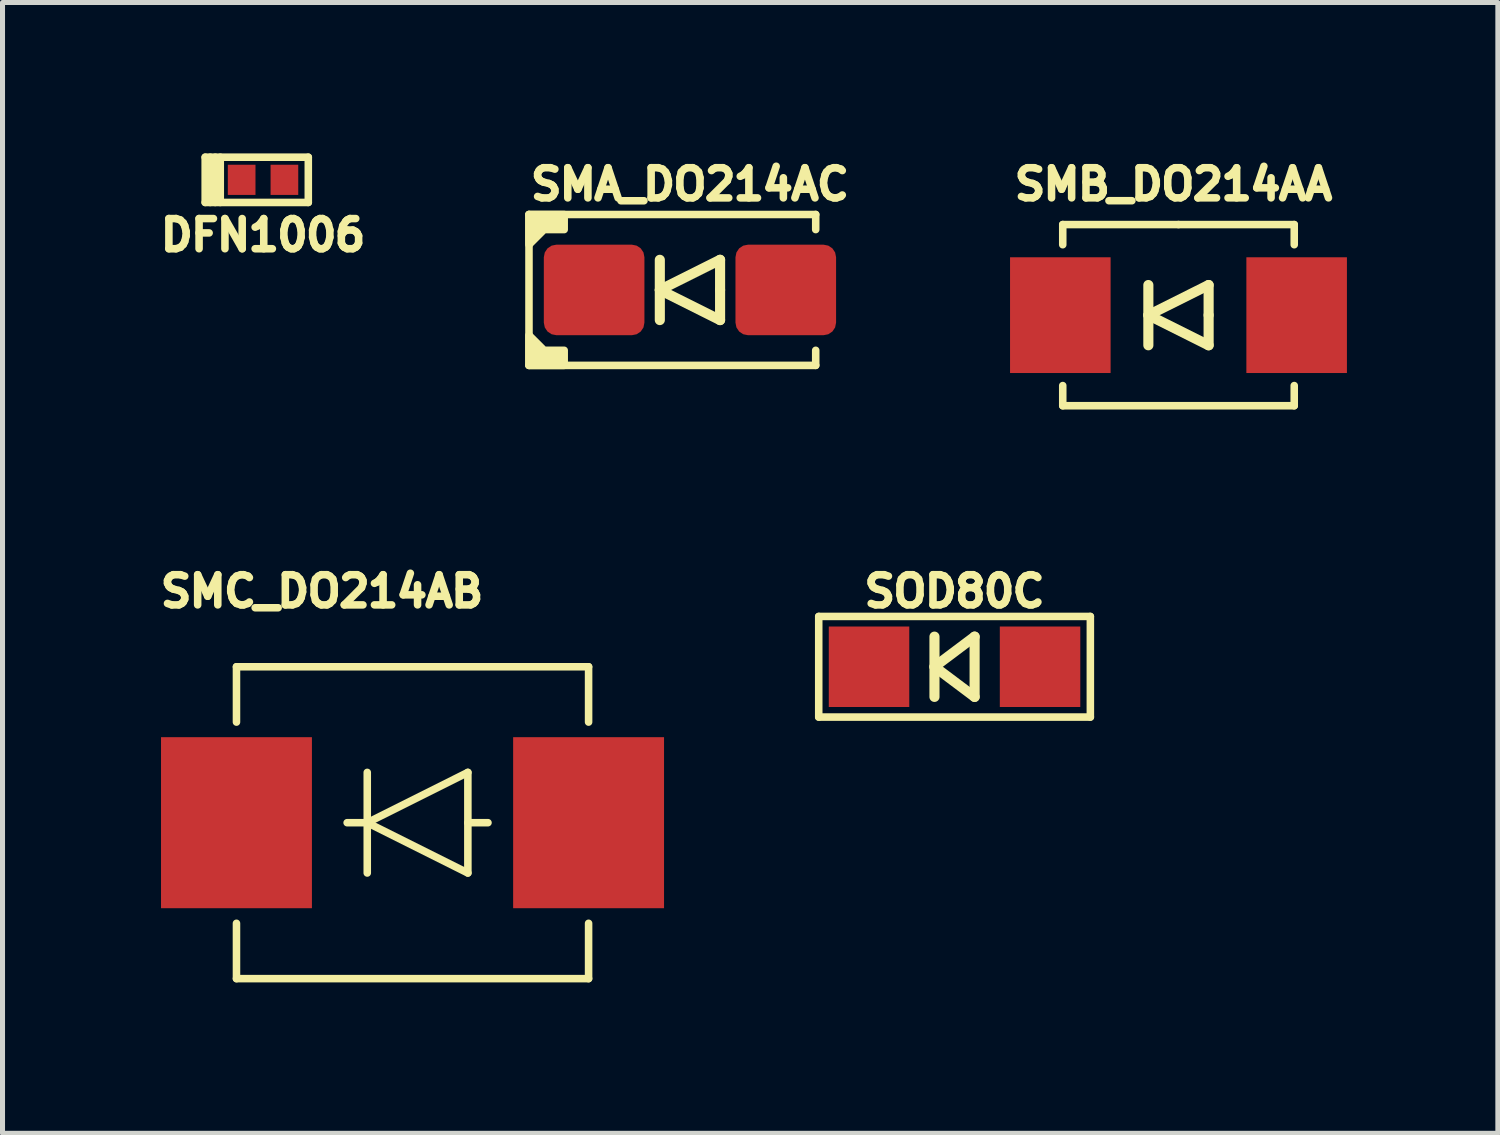
<source format=kicad_pcb>
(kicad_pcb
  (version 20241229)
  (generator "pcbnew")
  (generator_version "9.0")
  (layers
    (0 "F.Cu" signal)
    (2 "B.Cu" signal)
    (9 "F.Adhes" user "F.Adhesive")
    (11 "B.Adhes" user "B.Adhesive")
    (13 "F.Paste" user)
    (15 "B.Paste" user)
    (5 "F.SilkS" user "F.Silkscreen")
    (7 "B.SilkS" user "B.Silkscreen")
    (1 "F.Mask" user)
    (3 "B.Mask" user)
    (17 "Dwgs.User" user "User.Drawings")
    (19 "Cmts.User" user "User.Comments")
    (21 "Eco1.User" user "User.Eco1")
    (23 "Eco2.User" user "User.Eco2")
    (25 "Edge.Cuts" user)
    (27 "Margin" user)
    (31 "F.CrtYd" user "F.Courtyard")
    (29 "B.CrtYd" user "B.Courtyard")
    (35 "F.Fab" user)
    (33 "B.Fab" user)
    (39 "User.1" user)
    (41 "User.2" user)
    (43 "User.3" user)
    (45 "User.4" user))
  (footprint "SMC_DO214AB"
    (layer "F.Cu")
    (at 5.151 13.305)
    (property "Reference" "SMC_DO214AB" (at -1.8 -4.6 0) (layer "F.SilkS") (effects (font (size 0.6 0.6) (thickness 0.15))))
    (attr through_hole)
    (fp_line (start -3.5 -3.1) (end 3.5 -3.1) (stroke (width 0.15) (type solid)) (layer "F.SilkS"))
    (fp_line (start -3.5 -2) (end -3.5 -3.1) (stroke (width 0.15) (type solid)) (layer "F.SilkS"))
    (fp_line (start -3.5 3.1) (end -3.5 2) (stroke (width 0.15) (type solid)) (layer "F.SilkS"))
    (fp_line (start -0.9 -1) (end -0.9 1) (stroke (width 0.15) (type solid)) (layer "F.SilkS"))
    (fp_line (start -0.9 0) (end -1.3 0) (stroke (width 0.15) (type solid)) (layer "F.SilkS"))
    (fp_line (start -0.9 0) (end 1.1 1) (stroke (width 0.15) (type solid)) (layer "F.SilkS"))
    (fp_line (start 1.1 -1) (end -0.9 0) (stroke (width 0.15) (type solid)) (layer "F.SilkS"))
    (fp_line (start 1.1 1) (end 1.1 -1) (stroke (width 0.15) (type solid)) (layer "F.SilkS"))
    (fp_line (start 1.5 0) (end 1.1 0) (stroke (width 0.15) (type solid)) (layer "F.SilkS"))
    (fp_line (start 3.5 -3.1) (end 3.5 -2) (stroke (width 0.15) (type solid)) (layer "F.SilkS"))
    (fp_line (start 3.5 3.1) (end -3.5 3.1) (stroke (width 0.15) (type solid)) (layer "F.SilkS"))
    (fp_line (start 3.5 3.1) (end 3.5 2) (stroke (width 0.15) (type solid)) (layer "F.SilkS"))
    (pad "A" smd rect (at 3.5 0 180) (size 3 3.4) (layers "F.Cu" "F.Mask" "F.Paste"))
    (pad "C" smd rect (at -3.5 0 180) (size 3 3.4) (layers "F.Cu" "F.Mask" "F.Paste")))
  (footprint "DFN1006"
    (layer "F.Cu")
    (at 2.179 0.525)
    (property "Reference" "DFN1006" (at 0 1.1 0) (unlocked yes) (layer "F.SilkS") (effects (font (size 0.6 0.6) (thickness 0.15))))
    (attr through_hole)
    (fp_line (start -1.15 -0.45) (end -1.15 0.45) (stroke (width 0.15) (type solid)) (layer "F.SilkS"))
    (fp_line (start -1.15 -0.45) (end 0.9 -0.45) (stroke (width 0.15) (type solid)) (layer "F.SilkS"))
    (fp_line (start -1.05 -0.45) (end -1.05 0.45) (stroke (width 0.15) (type solid)) (layer "F.SilkS"))
    (fp_line (start -0.95 -0.45) (end -0.95 0.45) (stroke (width 0.15) (type solid)) (layer "F.SilkS"))
    (fp_line (start -0.85 0.45) (end -0.85 -0.45) (stroke (width 0.15) (type solid)) (layer "F.SilkS"))
    (fp_line (start 0.9 -0.45) (end 0.9 0.45) (stroke (width 0.15) (type solid)) (layer "F.SilkS"))
    (fp_line (start 0.9 0.45) (end -1.15 0.45) (stroke (width 0.15) (type solid)) (layer "F.SilkS"))
    (pad "A" smd rect (at 0.425 0) (size 0.55 0.6) (layers "F.Cu" "F.Mask" "F.Paste"))
    (pad "C" smd rect (at -0.425 0) (size 0.55 0.6) (layers "F.Cu" "F.Mask" "F.Paste")))
  (footprint "SOD80C"
    (layer "F.Cu")
    (at 15.926 10.205)
    (property "Reference" "SOD80C" (at 0 -1.5 0) (layer "F.SilkS") (effects (font (size 0.6 0.6) (thickness 0.15))))
    (attr through_hole)
    (fp_line (start -2.7 -1) (end 2.7 -1) (stroke (width 0.15) (type solid)) (layer "F.SilkS"))
    (fp_line (start -2.7 1) (end -2.7 -1) (stroke (width 0.15) (type solid)) (layer "F.SilkS"))
    (fp_line (start -0.399 -0.599) (end -0.399 0.599) (stroke (width 0.201) (type solid)) (layer "F.SilkS"))
    (fp_line (start -0.399 0) (end 0.399 -0.599) (stroke (width 0.201) (type solid)) (layer "F.SilkS"))
    (fp_line (start 0.399 -0.599) (end 0.399 0.599) (stroke (width 0.201) (type solid)) (layer "F.SilkS"))
    (fp_line (start 0.399 0.599) (end -0.399 0) (stroke (width 0.201) (type solid)) (layer "F.SilkS"))
    (fp_line (start 2.7 -1) (end 2.7 1) (stroke (width 0.15) (type solid)) (layer "F.SilkS"))
    (fp_line (start 2.7 1) (end -2.7 1) (stroke (width 0.15) (type solid)) (layer "F.SilkS"))
    (pad "A" smd rect (at 1.7 0) (size 1.6 1.6) (layers "F.Cu" "F.Mask" "F.Paste"))
    (pad "C" smd rect (at -1.7 0) (size 1.6 1.6) (layers "F.Cu" "F.Mask" "F.Paste")))
  (footprint "SMB_DO214AA"
    (layer "F.Cu")
    (at 20.378 3.215)
    (property "Reference" "SMB_DO214AA" (at -0.099 -2.601 0) (layer "F.SilkS") (effects (font (size 0.599 0.599) (thickness 0.15))))
    (attr through_hole)
    (fp_line (start -2.301 -1.801) (end -2.301 -1.4) (stroke (width 0.15) (type solid)) (layer "F.SilkS"))
    (fp_line (start -2.301 -1.801) (end 0 -1.801) (stroke (width 0.15) (type solid)) (layer "F.SilkS"))
    (fp_line (start -2.301 1.801) (end -2.301 1.4) (stroke (width 0.15) (type solid)) (layer "F.SilkS"))
    (fp_line (start -0.599 -0.599) (end -0.599 0.599) (stroke (width 0.201) (type solid)) (layer "F.SilkS"))
    (fp_line (start -0.599 0) (end 0.599 0.599) (stroke (width 0.201) (type solid)) (layer "F.SilkS"))
    (fp_line (start 0 -1.801) (end 2.301 -1.801) (stroke (width 0.15) (type solid)) (layer "F.SilkS"))
    (fp_line (start 0.599 -0.599) (end -0.599 0) (stroke (width 0.201) (type solid)) (layer "F.SilkS"))
    (fp_line (start 0.599 0) (end 0.599 -0.599) (stroke (width 0.201) (type solid)) (layer "F.SilkS"))
    (fp_line (start 0.599 0.599) (end 0.599 0) (stroke (width 0.201) (type solid)) (layer "F.SilkS"))
    (fp_line (start 2.301 -1.801) (end 2.301 -1.4) (stroke (width 0.15) (type solid)) (layer "F.SilkS"))
    (fp_line (start 2.301 1.801) (end -2.301 1.801) (stroke (width 0.15) (type solid)) (layer "F.SilkS"))
    (fp_line (start 2.301 1.801) (end 2.301 1.4) (stroke (width 0.15) (type solid)) (layer "F.SilkS"))
    (pad "A" smd rect (at 2.349 0) (size 1.999 2.301) (layers "F.Cu" "F.Mask" "F.Paste"))
    (pad "C" smd rect (at -2.349 0) (size 1.999 2.301) (layers "F.Cu" "F.Mask" "F.Paste")))
  (footprint "SMA_DO214AC"
    (layer "F.Cu")
    (at 10.666 2.714)
    (property "Reference" "SMA_DO214AC" (at 0 -2.1 0) (layer "F.SilkS") (effects (font (size 0.6 0.6) (thickness 0.15) (bold yes))))
    (attr through_hole)
    (fp_line (start -3.2 -1.5) (end -3.2 1.5) (stroke (width 0.15) (type solid)) (layer "F.SilkS"))
    (fp_line (start -3.2 -1.5) (end 2.5 -1.5) (stroke (width 0.15) (type solid)) (layer "F.SilkS"))
    (fp_line (start -0.599 -0.599) (end -0.599 0.599) (stroke (width 0.201) (type solid)) (layer "F.SilkS"))
    (fp_line (start -0.599 0) (end 0.599 0.599) (stroke (width 0.201) (type solid)) (layer "F.SilkS"))
    (fp_line (start 0.599 -0.599) (end -0.599 0) (stroke (width 0.201) (type solid)) (layer "F.SilkS"))
    (fp_line (start 0.599 0) (end 0.599 -0.599) (stroke (width 0.201) (type solid)) (layer "F.SilkS"))
    (fp_line (start 0.599 0.599) (end 0.599 0) (stroke (width 0.201) (type solid)) (layer "F.SilkS"))
    (fp_line (start 2.5 -1.5) (end 2.5 -1.2) (stroke (width 0.15) (type solid)) (layer "F.SilkS"))
    (fp_line (start 2.5 1.2) (end 2.5 1.5) (stroke (width 0.15) (type solid)) (layer "F.SilkS"))
    (fp_line (start 2.5 1.5) (end -3.2 1.5) (stroke (width 0.15) (type solid)) (layer "F.SilkS"))
    (fp_poly (pts (xy -3.2 -1.5) (xy -2.5 -1.5) (xy -2.5 -1.2) (xy -2.9 -1.2) (xy -3.2 -0.9)) (stroke (width 0.15) (type solid)) (fill yes) (layer "F.SilkS"))
    (fp_poly (pts (xy -3.2 1.5) (xy -2.5 1.5) (xy -2.5 1.2) (xy -2.9 1.2) (xy -3.2 0.9)) (stroke (width 0.15) (type solid)) (fill yes) (layer "F.SilkS"))
    (pad "A" smd roundrect (at 1.905 0) (size 2 1.8) (layers "F.Cu" "F.Mask" "F.Paste") (roundrect_rratio 0.139))
    (pad "C" smd roundrect (at -1.905 0) (size 2 1.8) (layers "F.Cu" "F.Mask" "F.Paste") (roundrect_rratio 0.139)))
  (gr_rect
    (start -3 -3)
    (end 26.727 19.48)
    (stroke (width 0.1) (type default))
    (fill no)
    (layer "Edge.Cuts")))
</source>
